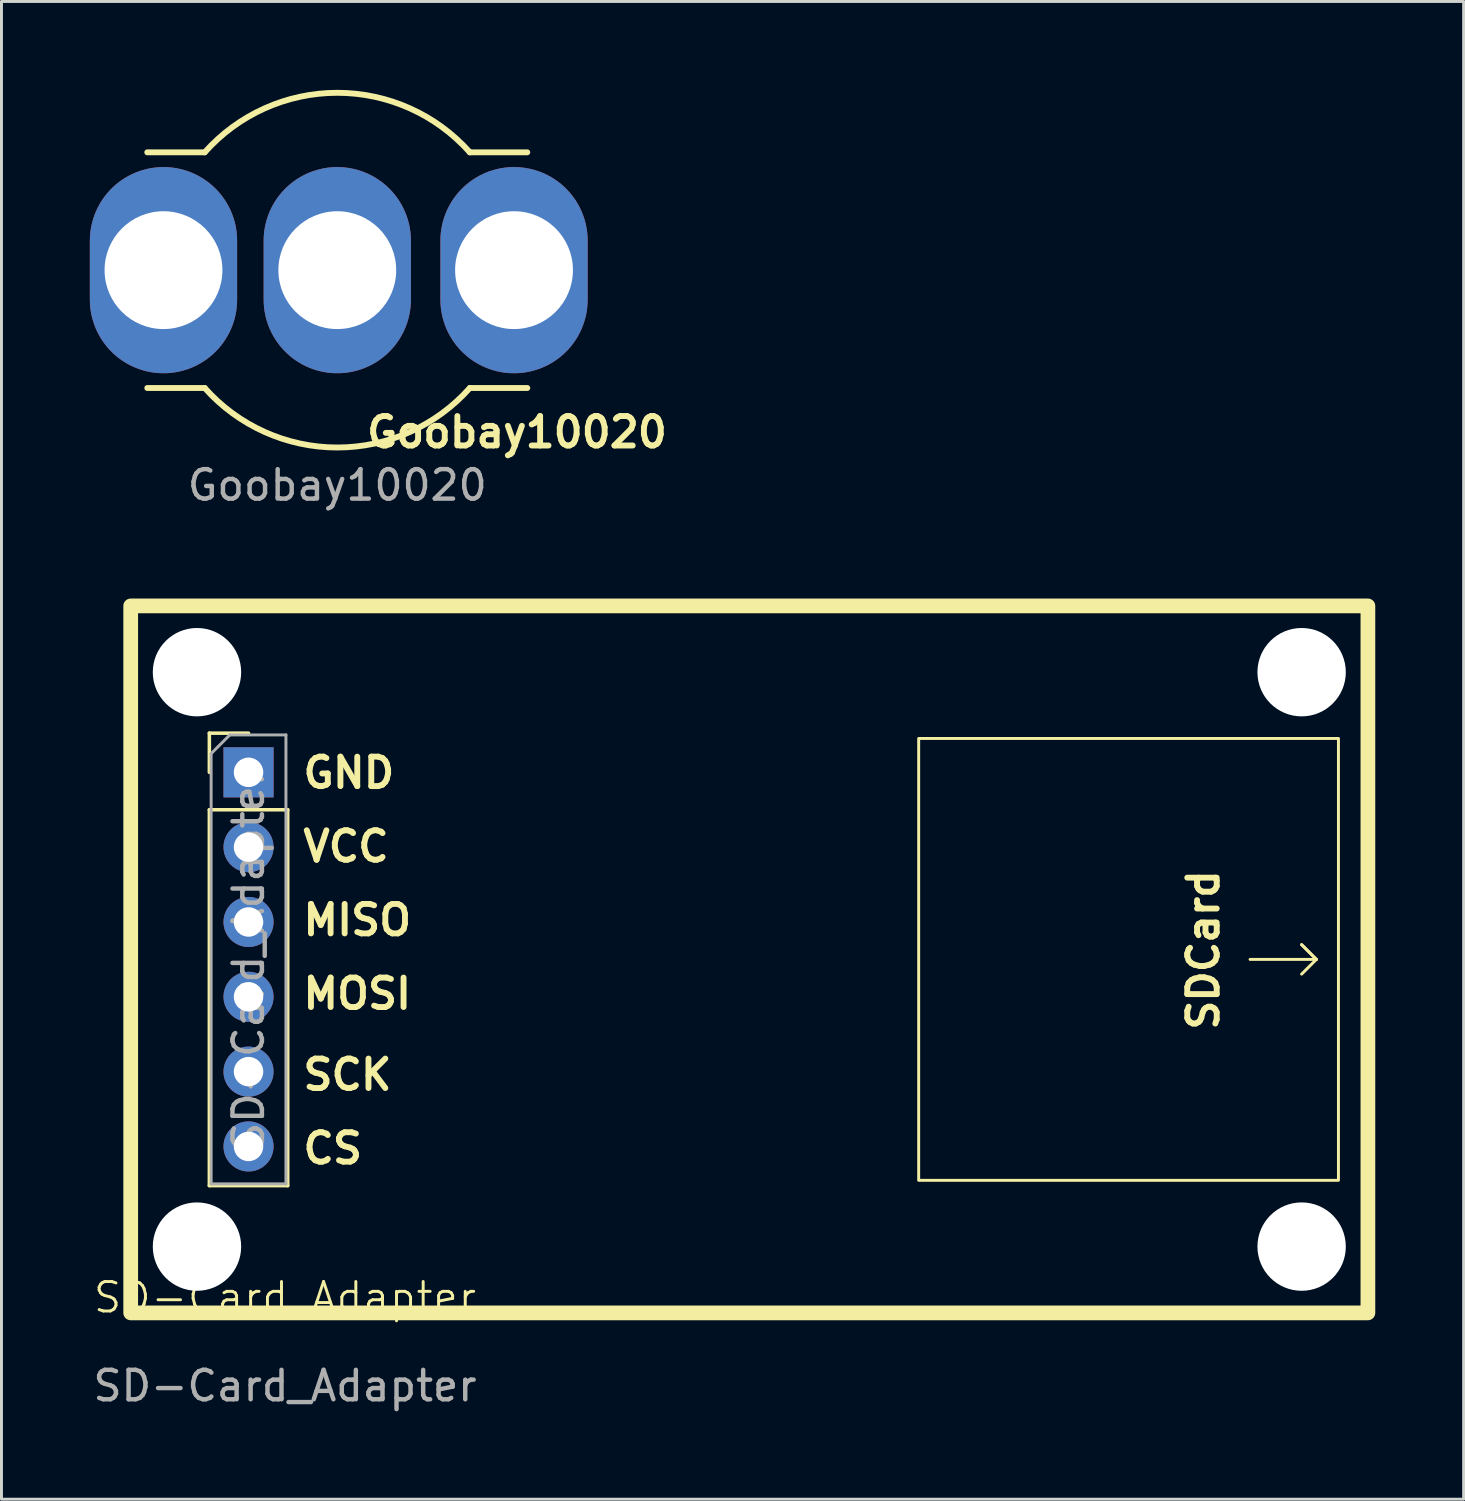
<source format=kicad_pcb>
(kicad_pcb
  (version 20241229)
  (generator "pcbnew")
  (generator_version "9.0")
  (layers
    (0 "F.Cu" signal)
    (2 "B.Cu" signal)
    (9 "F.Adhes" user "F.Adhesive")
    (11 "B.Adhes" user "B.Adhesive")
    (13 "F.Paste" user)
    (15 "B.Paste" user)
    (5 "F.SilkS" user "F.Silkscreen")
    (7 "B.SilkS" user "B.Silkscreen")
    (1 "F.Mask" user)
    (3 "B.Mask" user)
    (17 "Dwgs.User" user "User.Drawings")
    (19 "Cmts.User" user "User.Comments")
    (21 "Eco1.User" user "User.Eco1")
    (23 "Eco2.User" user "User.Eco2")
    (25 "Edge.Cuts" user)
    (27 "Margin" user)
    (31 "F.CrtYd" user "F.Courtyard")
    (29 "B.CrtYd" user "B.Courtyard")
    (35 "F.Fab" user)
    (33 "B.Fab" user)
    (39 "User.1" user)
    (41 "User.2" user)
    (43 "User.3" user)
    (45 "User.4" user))
  (footprint "SD-Card_Adapter"
    (layer "F.Cu")
    (at 7.387 29.519)
    (property "Reference" "SD-Card_Adapter" (at -0.762 11.478 0) (unlocked yes) (layer "F.SilkS") (effects (font (size 1 1) (thickness 0.1))))
    (attr through_hole)
    (fp_line (start -3.33 -7.68) (end -2 -7.68) (stroke (width 0.12) (type solid)) (layer "F.SilkS"))
    (fp_line (start -3.33 -6.35) (end -3.33 -7.68) (stroke (width 0.12) (type solid)) (layer "F.SilkS"))
    (fp_line (start -3.33 -5.08) (end -3.33 7.68) (stroke (width 0.12) (type solid)) (layer "F.SilkS"))
    (fp_line (start -3.33 -5.08) (end -0.67 -5.08) (stroke (width 0.12) (type solid)) (layer "F.SilkS"))
    (fp_line (start -3.33 7.68) (end -0.67 7.68) (stroke (width 0.12) (type solid)) (layer "F.SilkS"))
    (fp_line (start -0.67 -5.08) (end -0.67 7.68) (stroke (width 0.12) (type solid)) (layer "F.SilkS"))
    (fp_line (start 32 0) (end 34.25 0) (stroke (width 0.1) (type default)) (layer "F.SilkS"))
    (fp_line (start 33.75 -0.5) (end 34.25 0) (stroke (width 0.1) (type default)) (layer "F.SilkS"))
    (fp_line (start 34.25 0) (end 33.75 -0.5) (stroke (width 0.1) (type default)) (layer "F.SilkS"))
    (fp_line (start 34.25 0) (end 33.75 0.5) (stroke (width 0.1) (type default)) (layer "F.SilkS"))
    (fp_rect (start -6 -12) (end 36 12) (stroke (width 0.5) (type default)) (fill no) (layer "F.SilkS"))
    (fp_rect (start 35 -7.5) (end 20.75 7.5) (stroke (width 0.1) (type default)) (fill no) (layer "F.SilkS"))
    (fp_line (start -3.27 -6.985) (end -2.635 -7.62) (stroke (width 0.1) (type solid)) (layer "F.Fab"))
    (fp_line (start -3.27 7.62) (end -3.27 -6.985) (stroke (width 0.1) (type solid)) (layer "F.Fab"))
    (fp_line (start -2.635 -7.62) (end -0.73 -7.62) (stroke (width 0.1) (type solid)) (layer "F.Fab"))
    (fp_line (start -0.73 -7.62) (end -0.73 7.62) (stroke (width 0.1) (type solid)) (layer "F.Fab"))
    (fp_line (start -0.73 7.62) (end -3.27 7.62) (stroke (width 0.1) (type solid)) (layer "F.Fab"))
    (fp_text user "SDCard" (at 31 2.5 90) (unlocked yes) (layer "F.SilkS") (effects (font (size 1 1) (thickness 0.2) (bold yes)) (justify left bottom)))
    (fp_text user "GND" (at -0.25 -5.75 0) (unlocked yes) (layer "F.SilkS") (effects (font (size 1 1) (thickness 0.2) (bold yes)) (justify left bottom)))
    (fp_text user "MISO" (at -0.25 -0.75 0) (unlocked yes) (layer "F.SilkS") (effects (font (size 1 1) (thickness 0.2) (bold yes)) (justify left bottom)))
    (fp_text user "MOSI" (at -0.25 1.75 0) (unlocked yes) (layer "F.SilkS") (effects (font (size 1 1) (thickness 0.2) (bold yes)) (justify left bottom)))
    (fp_text user "VCC" (at -0.25 -3.25 0) (unlocked yes) (layer "F.SilkS") (effects (font (size 1 1) (thickness 0.2) (bold yes)) (justify left bottom)))
    (fp_text user "SCK" (at -0.25 4.5 0) (unlocked yes) (layer "F.SilkS") (effects (font (size 1 1) (thickness 0.2) (bold yes)) (justify left bottom)))
    (fp_text user "CS" (at -0.25 7 0) (unlocked yes) (layer "F.SilkS") (effects (font (size 1 1) (thickness 0.2) (bold yes)) (justify left bottom)))
    (fp_text user "${REFERENCE}" (at -2 0 90) (layer "F.Fab") (effects (font (size 1 1) (thickness 0.15))))
    (fp_text user "${REFERENCE}" (at -0.762 14.478 0) (unlocked yes) (layer "F.Fab") (effects (font (size 1 1) (thickness 0.15))))
    (pad "" np_thru_hole circle (at -3.75 -9.75) (size 3 3) (drill 3) (layers "*.Cu" "*.Mask"))
    (pad "" np_thru_hole circle (at -3.75 9.75) (size 3 3) (drill 3) (layers "*.Cu" "*.Mask"))
    (pad "" np_thru_hole circle (at 33.75 -9.75) (size 3 3) (drill 3) (layers "*.Cu" "*.Mask"))
    (pad "" np_thru_hole circle (at 33.75 9.75) (size 3 3) (drill 3) (layers "*.Cu" "*.Mask"))
    (pad "1" thru_hole rect (at -2 -6.35) (size 1.7 1.7) (drill 1) (layers "*.Cu" "*.Mask"))
    (pad "2" thru_hole oval (at -2 -3.81) (size 1.7 1.7) (drill 1) (layers "*.Cu" "*.Mask"))
    (pad "3" thru_hole oval (at -2 -1.27) (size 1.7 1.7) (drill 1) (layers "*.Cu" "*.Mask"))
    (pad "4" thru_hole oval (at -2 1.27) (size 1.7 1.7) (drill 1) (layers "*.Cu" "*.Mask"))
    (pad "5" thru_hole oval (at -2 3.81) (size 1.7 1.7) (drill 1) (layers "*.Cu" "*.Mask"))
    (pad "6" thru_hole oval (at -2 6.35) (size 1.7 1.7) (drill 1) (layers "*.Cu" "*.Mask")))
  (footprint "Goobay10020"
    (layer "F.Cu")
    (at 8.4 6.121)
    (property "Reference" "Goobay10020" (at 6.1 5.5 0) (unlocked yes) (layer "F.SilkS") (effects (font (size 1 1) (thickness 0.2) (bold yes))))
    (attr through_hole)
    (fp_line (start -6.45 -4) (end -4.5 -4) (stroke (width 0.2) (type default)) (layer "F.SilkS"))
    (fp_line (start -6.45 4) (end -4.5 4) (stroke (width 0.2) (type default)) (layer "F.SilkS"))
    (fp_line (start 6.45 -4) (end 4.5 -4) (stroke (width 0.2) (type default)) (layer "F.SilkS"))
    (fp_line (start 6.45 4) (end 4.5 4) (stroke (width 0.2) (type default)) (layer "F.SilkS"))
    (fp_arc (start -4.5 -4) (mid 0 -6.020798) (end 4.5 -4) (stroke (width 0.2) (type default)) (layer "F.SilkS"))
    (fp_arc (start 4.5 4) (mid 0 6.020798) (end -4.5 4) (stroke (width 0.2) (type default)) (layer "F.SilkS"))
    (fp_text user "${REFERENCE}" (at 0 7.3 0) (unlocked yes) (layer "F.Fab") (effects (font (size 1 1) (thickness 0.15))))
    (pad "1" thru_hole oval (at -5.9 0) (size 5 7) (drill 4) (layers "*.Cu" "*.Mask"))
    (pad "2" thru_hole oval (at 0 0) (size 5 7) (drill 4) (layers "*.Cu" "*.Mask"))
    (pad "3" thru_hole oval (at 6 0) (size 5 7) (drill 4) (layers "*.Cu" "*.Mask")))
  (gr_rect
    (start -3 -3)
    (end 46.637 47.845)
    (stroke (width 0.1) (type default))
    (fill no)
    (layer "Edge.Cuts")))
</source>
